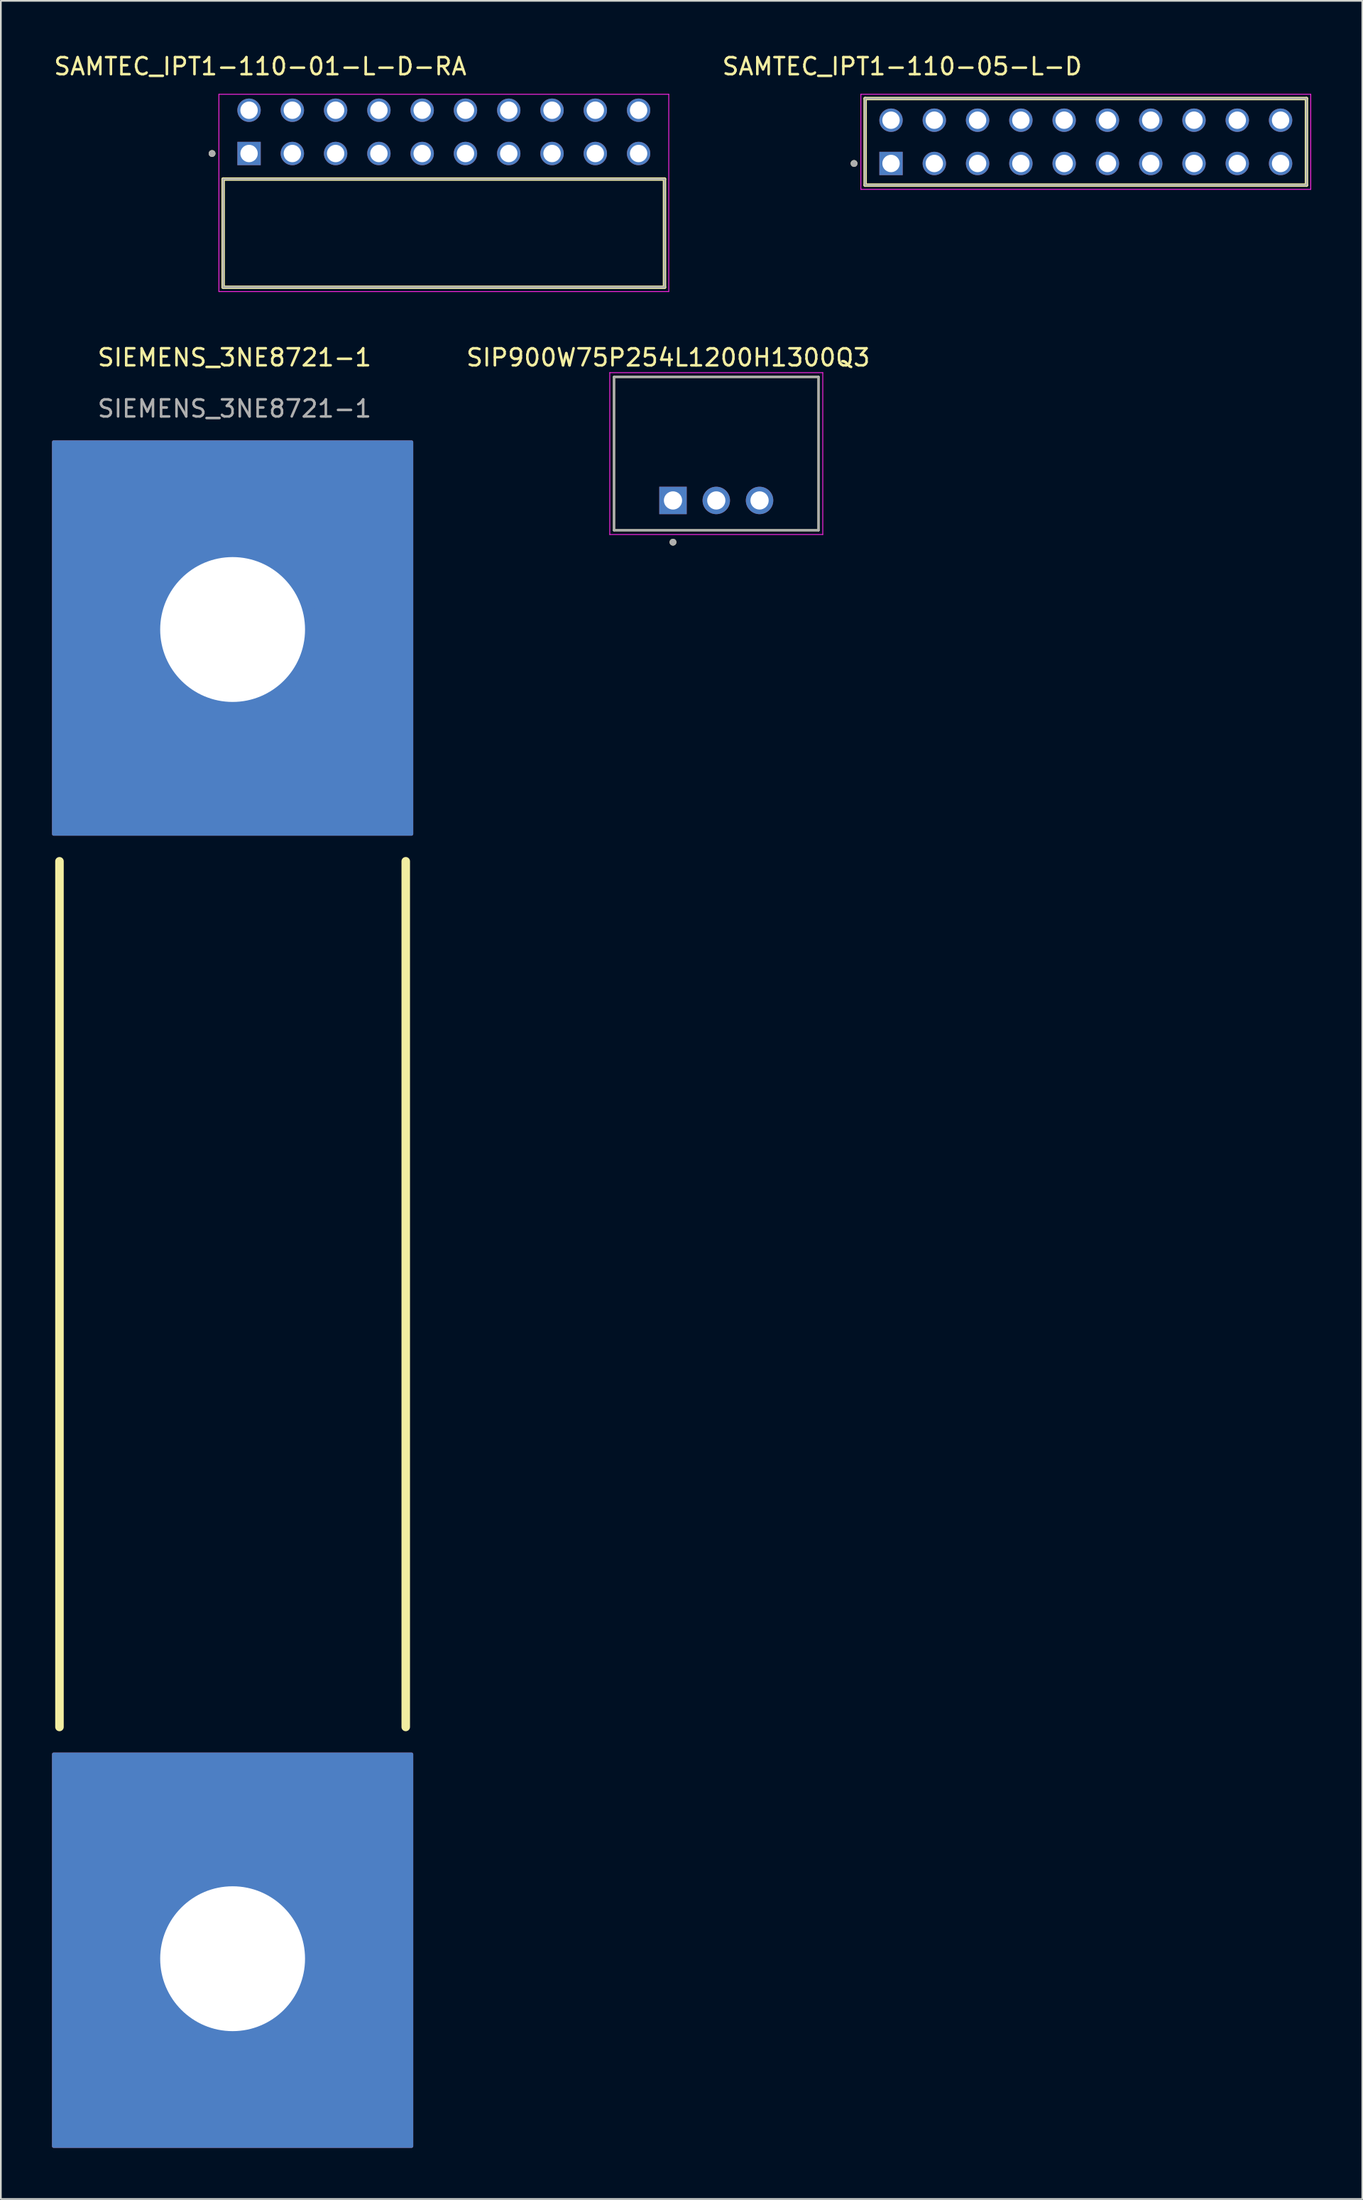
<source format=kicad_pcb>
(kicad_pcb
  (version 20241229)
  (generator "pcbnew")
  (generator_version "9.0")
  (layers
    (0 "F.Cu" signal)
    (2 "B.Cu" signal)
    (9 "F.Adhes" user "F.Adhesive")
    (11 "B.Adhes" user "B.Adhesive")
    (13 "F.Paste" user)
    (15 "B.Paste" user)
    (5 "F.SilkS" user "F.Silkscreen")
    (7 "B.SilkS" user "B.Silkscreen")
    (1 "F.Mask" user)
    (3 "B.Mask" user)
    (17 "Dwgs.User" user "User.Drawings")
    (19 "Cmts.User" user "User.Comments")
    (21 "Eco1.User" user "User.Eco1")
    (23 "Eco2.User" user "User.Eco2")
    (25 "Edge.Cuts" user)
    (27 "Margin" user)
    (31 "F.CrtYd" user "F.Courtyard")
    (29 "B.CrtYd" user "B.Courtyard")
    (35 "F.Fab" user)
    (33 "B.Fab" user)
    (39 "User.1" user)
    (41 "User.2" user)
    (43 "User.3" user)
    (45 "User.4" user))
  (footprint "SIEMENS_3NE8721-1"
    (layer "F.Cu")
    (at 10.6 72.891)
    (property "Reference" "SIEMENS_3NE8721-1" (at 0.113 -54.96 0) (unlocked yes) (layer "F.SilkS") (effects (font (size 1 1) (thickness 0.15))))
    (attr through_hole)
    (fp_rect (start -10.5 -50) (end 10.5 -27) (stroke (width 0.2) (type solid)) (fill yes) (layer "F.Cu"))
    (fp_rect (start -10.5 50) (end 10.5 27) (stroke (width 0.2) (type solid)) (fill yes) (layer "F.Cu"))
    (fp_rect (start -10.5 -50) (end 10.5 -27) (stroke (width 0.2) (type solid)) (fill yes) (layer "B.Cu"))
    (fp_rect (start -10.5 50) (end 10.5 27) (stroke (width 0.2) (type solid)) (fill yes) (layer "B.Cu"))
    (fp_line (start -10.16 25.4) (end -10.16 -25.4) (stroke (width 0.5) (type default)) (layer "F.SilkS"))
    (fp_line (start 10.16 25.4) (end 10.16 -25.4) (stroke (width 0.5) (type default)) (layer "F.SilkS"))
    (fp_text user "${REFERENCE}" (at 0.113 -51.96 0) (unlocked yes) (layer "F.Fab") (effects (font (size 1 1) (thickness 0.15))))
    (pad "1" thru_hole circle (at 0 -39) (size 10 10) (drill 8.5) (layers "*.Cu" "*.Mask") (remove_unused_layers yes) (keep_end_layers yes) (zone_layer_connections))
    (pad "2" thru_hole circle (at 0 39) (size 10 10) (drill 8.5) (layers "*.Cu" "*.Mask") (remove_unused_layers yes) (keep_end_layers yes) (zone_layer_connections)))
  (footprint "SIP900W75P254L1200H1300Q3"
    (layer "F.Cu")
    (at 38.983 23.567)
    (property "Reference" "SIP900W75P254L1200H1300Q3" (at -2.825 -5.635 0) (layer "F.SilkS") (effects (font (size 1 1) (thickness 0.15))))
    (attr through_hole)
    (fp_line (start -6 -4.5) (end -6 4.5) (stroke (width 0.127) (type solid)) (layer "F.SilkS"))
    (fp_line (start -6 4.5) (end 6 4.5) (stroke (width 0.127) (type solid)) (layer "F.SilkS"))
    (fp_line (start 6 -4.5) (end -6 -4.5) (stroke (width 0.127) (type solid)) (layer "F.SilkS"))
    (fp_line (start 6 4.5) (end 6 -4.5) (stroke (width 0.127) (type solid)) (layer "F.SilkS"))
    (fp_circle (center -2.54 5.2) (end -2.44 5.2) (stroke (width 0.2) (type solid)) (fill no) (layer "F.SilkS"))
    (fp_line (start -6.25 -4.75) (end 6.25 -4.75) (stroke (width 0.05) (type solid)) (layer "F.CrtYd"))
    (fp_line (start -6.25 4.75) (end -6.25 -4.75) (stroke (width 0.05) (type solid)) (layer "F.CrtYd"))
    (fp_line (start 6.25 -4.75) (end 6.25 4.75) (stroke (width 0.05) (type solid)) (layer "F.CrtYd"))
    (fp_line (start 6.25 4.75) (end -6.25 4.75) (stroke (width 0.05) (type solid)) (layer "F.CrtYd"))
    (fp_line (start -6 -4.5) (end -6 4.5) (stroke (width 0.127) (type solid)) (layer "F.Fab"))
    (fp_line (start -6 4.5) (end 6 4.5) (stroke (width 0.127) (type solid)) (layer "F.Fab"))
    (fp_line (start 6 -4.5) (end -6 -4.5) (stroke (width 0.127) (type solid)) (layer "F.Fab"))
    (fp_line (start 6 4.5) (end 6 -4.5) (stroke (width 0.127) (type solid)) (layer "F.Fab"))
    (fp_circle (center -2.54 5.2) (end -2.44 5.2) (stroke (width 0.2) (type solid)) (fill no) (layer "F.Fab"))
    (pad "1" thru_hole rect (at -2.54 2.75) (size 1.61 1.61) (drill 1.07) (layers "*.Cu" "*.Mask"))
    (pad "2" thru_hole circle (at 0 2.75) (size 1.61 1.61) (drill 1.07) (layers "*.Cu" "*.Mask"))
    (pad "3" thru_hole circle (at 2.54 2.75) (size 1.61 1.61) (drill 1.07) (layers "*.Cu" "*.Mask")))
  (footprint "SAMTEC_IPT1-110-01-L-D-RA"
    (layer "F.Cu")
    (at 22.995 4.688)
    (property "Reference" "SAMTEC_IPT1-110-01-L-D-RA" (at -10.775 -3.84 0) (layer "F.SilkS") (effects (font (size 1 1) (thickness 0.15))))
    (attr through_hole)
    (fp_line (start -12.95 9.12) (end -12.95 2.77) (stroke (width 0.2) (type solid)) (layer "F.SilkS"))
    (fp_line (start 12.95 2.77) (end -12.95 2.77) (stroke (width 0.2) (type solid)) (layer "F.SilkS"))
    (fp_line (start 12.95 2.77) (end 12.95 9.12) (stroke (width 0.2) (type solid)) (layer "F.SilkS"))
    (fp_line (start 12.95 9.12) (end -12.95 9.12) (stroke (width 0.2) (type solid)) (layer "F.SilkS"))
    (fp_circle (center -13.6 1.27) (end -13.5 1.27) (stroke (width 0.2) (type solid)) (fill no) (layer "F.SilkS"))
    (fp_line (start -13.2 -2.205) (end 13.2 -2.205) (stroke (width 0.05) (type solid)) (layer "F.CrtYd"))
    (fp_line (start -13.2 9.37) (end -13.2 -2.205) (stroke (width 0.05) (type solid)) (layer "F.CrtYd"))
    (fp_line (start 13.2 -2.205) (end 13.2 9.37) (stroke (width 0.05) (type solid)) (layer "F.CrtYd"))
    (fp_line (start 13.2 9.37) (end -13.2 9.37) (stroke (width 0.05) (type solid)) (layer "F.CrtYd"))
    (fp_line (start -12.95 2.77) (end 12.95 2.77) (stroke (width 0.1) (type solid)) (layer "F.Fab"))
    (fp_line (start -12.95 9.12) (end -12.95 2.77) (stroke (width 0.1) (type solid)) (layer "F.Fab"))
    (fp_line (start -12.95 9.12) (end -12.95 9.12) (stroke (width 0.1) (type solid)) (layer "F.Fab"))
    (fp_line (start -12.95 9.12) (end 12.95 9.12) (stroke (width 0.1) (type solid)) (layer "F.Fab"))
    (fp_line (start 12.95 2.77) (end 12.95 9.12) (stroke (width 0.1) (type solid)) (layer "F.Fab"))
    (fp_line (start 12.95 9.12) (end -12.95 9.12) (stroke (width 0.1) (type solid)) (layer "F.Fab"))
    (fp_line (start 12.95 9.12) (end 12.95 9.12) (stroke (width 0.1) (type solid)) (layer "F.Fab"))
    (fp_circle (center -13.6 1.27) (end -13.5 1.27) (stroke (width 0.2) (type solid)) (fill no) (layer "F.Fab"))
    (pad "01" thru_hole rect (at -11.43 1.27) (size 1.37 1.37) (drill 1.02) (layers "*.Cu" "*.Mask"))
    (pad "02" thru_hole circle (at -11.43 -1.27) (size 1.37 1.37) (drill 1.02) (layers "*.Cu" "*.Mask"))
    (pad "03" thru_hole circle (at -8.89 1.27) (size 1.37 1.37) (drill 1.02) (layers "*.Cu" "*.Mask"))
    (pad "04" thru_hole circle (at -8.89 -1.27) (size 1.37 1.37) (drill 1.02) (layers "*.Cu" "*.Mask"))
    (pad "05" thru_hole circle (at -6.35 1.27) (size 1.37 1.37) (drill 1.02) (layers "*.Cu" "*.Mask"))
    (pad "06" thru_hole circle (at -6.35 -1.27) (size 1.37 1.37) (drill 1.02) (layers "*.Cu" "*.Mask"))
    (pad "07" thru_hole circle (at -3.81 1.27) (size 1.37 1.37) (drill 1.02) (layers "*.Cu" "*.Mask"))
    (pad "08" thru_hole circle (at -3.81 -1.27) (size 1.37 1.37) (drill 1.02) (layers "*.Cu" "*.Mask"))
    (pad "09" thru_hole circle (at -1.27 1.27) (size 1.37 1.37) (drill 1.02) (layers "*.Cu" "*.Mask"))
    (pad "10" thru_hole circle (at -1.27 -1.27) (size 1.37 1.37) (drill 1.02) (layers "*.Cu" "*.Mask"))
    (pad "11" thru_hole circle (at 1.27 1.27) (size 1.37 1.37) (drill 1.02) (layers "*.Cu" "*.Mask"))
    (pad "12" thru_hole circle (at 1.27 -1.27) (size 1.37 1.37) (drill 1.02) (layers "*.Cu" "*.Mask"))
    (pad "13" thru_hole circle (at 3.81 1.27) (size 1.37 1.37) (drill 1.02) (layers "*.Cu" "*.Mask"))
    (pad "14" thru_hole circle (at 3.81 -1.27) (size 1.37 1.37) (drill 1.02) (layers "*.Cu" "*.Mask"))
    (pad "15" thru_hole circle (at 6.35 1.27) (size 1.37 1.37) (drill 1.02) (layers "*.Cu" "*.Mask"))
    (pad "16" thru_hole circle (at 6.35 -1.27) (size 1.37 1.37) (drill 1.02) (layers "*.Cu" "*.Mask"))
    (pad "17" thru_hole circle (at 8.89 1.27) (size 1.37 1.37) (drill 1.02) (layers "*.Cu" "*.Mask"))
    (pad "18" thru_hole circle (at 8.89 -1.27) (size 1.37 1.37) (drill 1.02) (layers "*.Cu" "*.Mask"))
    (pad "19" thru_hole circle (at 11.43 1.27) (size 1.37 1.37) (drill 1.02) (layers "*.Cu" "*.Mask"))
    (pad "20" thru_hole circle (at 11.43 -1.27) (size 1.37 1.37) (drill 1.02) (layers "*.Cu" "*.Mask")))
  (footprint "SAMTEC_IPT1-110-05-L-D"
    (layer "F.Cu")
    (at 49.238 6.543)
    (property "Reference" "SAMTEC_IPT1-110-05-L-D" (at 0.655 -5.695 0) (layer "F.SilkS") (effects (font (size 1 1) (thickness 0.15))))
    (attr through_hole)
    (fp_line (start -1.52 1.27) (end -1.52 -3.81) (stroke (width 0.2) (type solid)) (layer "F.SilkS"))
    (fp_line (start 24.38 -3.81) (end -1.52 -3.81) (stroke (width 0.2) (type solid)) (layer "F.SilkS"))
    (fp_line (start 24.38 -3.81) (end 24.38 1.27) (stroke (width 0.2) (type solid)) (layer "F.SilkS"))
    (fp_line (start 24.38 1.27) (end -1.52 1.27) (stroke (width 0.2) (type solid)) (layer "F.SilkS"))
    (fp_circle (center -2.17 0) (end -2.07 0) (stroke (width 0.2) (type solid)) (fill no) (layer "F.SilkS"))
    (fp_line (start -1.77 -4.06) (end 24.63 -4.06) (stroke (width 0.05) (type solid)) (layer "F.CrtYd"))
    (fp_line (start -1.77 1.52) (end -1.77 -4.06) (stroke (width 0.05) (type solid)) (layer "F.CrtYd"))
    (fp_line (start 24.63 -4.06) (end 24.63 1.52) (stroke (width 0.05) (type solid)) (layer "F.CrtYd"))
    (fp_line (start 24.63 1.52) (end -1.77 1.52) (stroke (width 0.05) (type solid)) (layer "F.CrtYd"))
    (fp_line (start -1.52 -3.81) (end 24.38 -3.81) (stroke (width 0.1) (type solid)) (layer "F.Fab"))
    (fp_line (start -1.52 1.27) (end -1.52 -3.81) (stroke (width 0.1) (type solid)) (layer "F.Fab"))
    (fp_line (start 24.38 -3.81) (end 24.38 1.27) (stroke (width 0.1) (type solid)) (layer "F.Fab"))
    (fp_line (start 24.38 1.27) (end -1.52 1.27) (stroke (width 0.1) (type solid)) (layer "F.Fab"))
    (fp_circle (center -2.17 0) (end -2.07 0) (stroke (width 0.2) (type solid)) (fill no) (layer "F.Fab"))
    (pad "01" thru_hole rect (at 0 0) (size 1.37 1.37) (drill 1.02) (layers "*.Cu" "*.Mask"))
    (pad "02" thru_hole circle (at 0 -2.54) (size 1.37 1.37) (drill 1.02) (layers "*.Cu" "*.Mask"))
    (pad "03" thru_hole circle (at 2.54 0) (size 1.37 1.37) (drill 1.02) (layers "*.Cu" "*.Mask"))
    (pad "04" thru_hole circle (at 2.54 -2.54) (size 1.37 1.37) (drill 1.02) (layers "*.Cu" "*.Mask"))
    (pad "05" thru_hole circle (at 5.08 0) (size 1.37 1.37) (drill 1.02) (layers "*.Cu" "*.Mask"))
    (pad "06" thru_hole circle (at 5.08 -2.54) (size 1.37 1.37) (drill 1.02) (layers "*.Cu" "*.Mask"))
    (pad "07" thru_hole circle (at 7.62 0) (size 1.37 1.37) (drill 1.02) (layers "*.Cu" "*.Mask"))
    (pad "08" thru_hole circle (at 7.62 -2.54) (size 1.37 1.37) (drill 1.02) (layers "*.Cu" "*.Mask"))
    (pad "09" thru_hole circle (at 10.16 0) (size 1.37 1.37) (drill 1.02) (layers "*.Cu" "*.Mask"))
    (pad "10" thru_hole circle (at 10.16 -2.54) (size 1.37 1.37) (drill 1.02) (layers "*.Cu" "*.Mask"))
    (pad "11" thru_hole circle (at 12.7 0) (size 1.37 1.37) (drill 1.02) (layers "*.Cu" "*.Mask"))
    (pad "12" thru_hole circle (at 12.7 -2.54) (size 1.37 1.37) (drill 1.02) (layers "*.Cu" "*.Mask"))
    (pad "13" thru_hole circle (at 15.24 0) (size 1.37 1.37) (drill 1.02) (layers "*.Cu" "*.Mask"))
    (pad "14" thru_hole circle (at 15.24 -2.54) (size 1.37 1.37) (drill 1.02) (layers "*.Cu" "*.Mask"))
    (pad "15" thru_hole circle (at 17.78 0) (size 1.37 1.37) (drill 1.02) (layers "*.Cu" "*.Mask"))
    (pad "16" thru_hole circle (at 17.78 -2.54) (size 1.37 1.37) (drill 1.02) (layers "*.Cu" "*.Mask"))
    (pad "17" thru_hole circle (at 20.32 0) (size 1.37 1.37) (drill 1.02) (layers "*.Cu" "*.Mask"))
    (pad "18" thru_hole circle (at 20.32 -2.54) (size 1.37 1.37) (drill 1.02) (layers "*.Cu" "*.Mask"))
    (pad "19" thru_hole circle (at 22.86 0) (size 1.37 1.37) (drill 1.02) (layers "*.Cu" "*.Mask"))
    (pad "20" thru_hole circle (at 22.86 -2.54) (size 1.37 1.37) (drill 1.02) (layers "*.Cu" "*.Mask")))
  (gr_rect
    (start -3 -3)
    (end 76.893 125.991)
    (stroke (width 0.1) (type default))
    (fill no)
    (layer "Edge.Cuts")))
</source>
